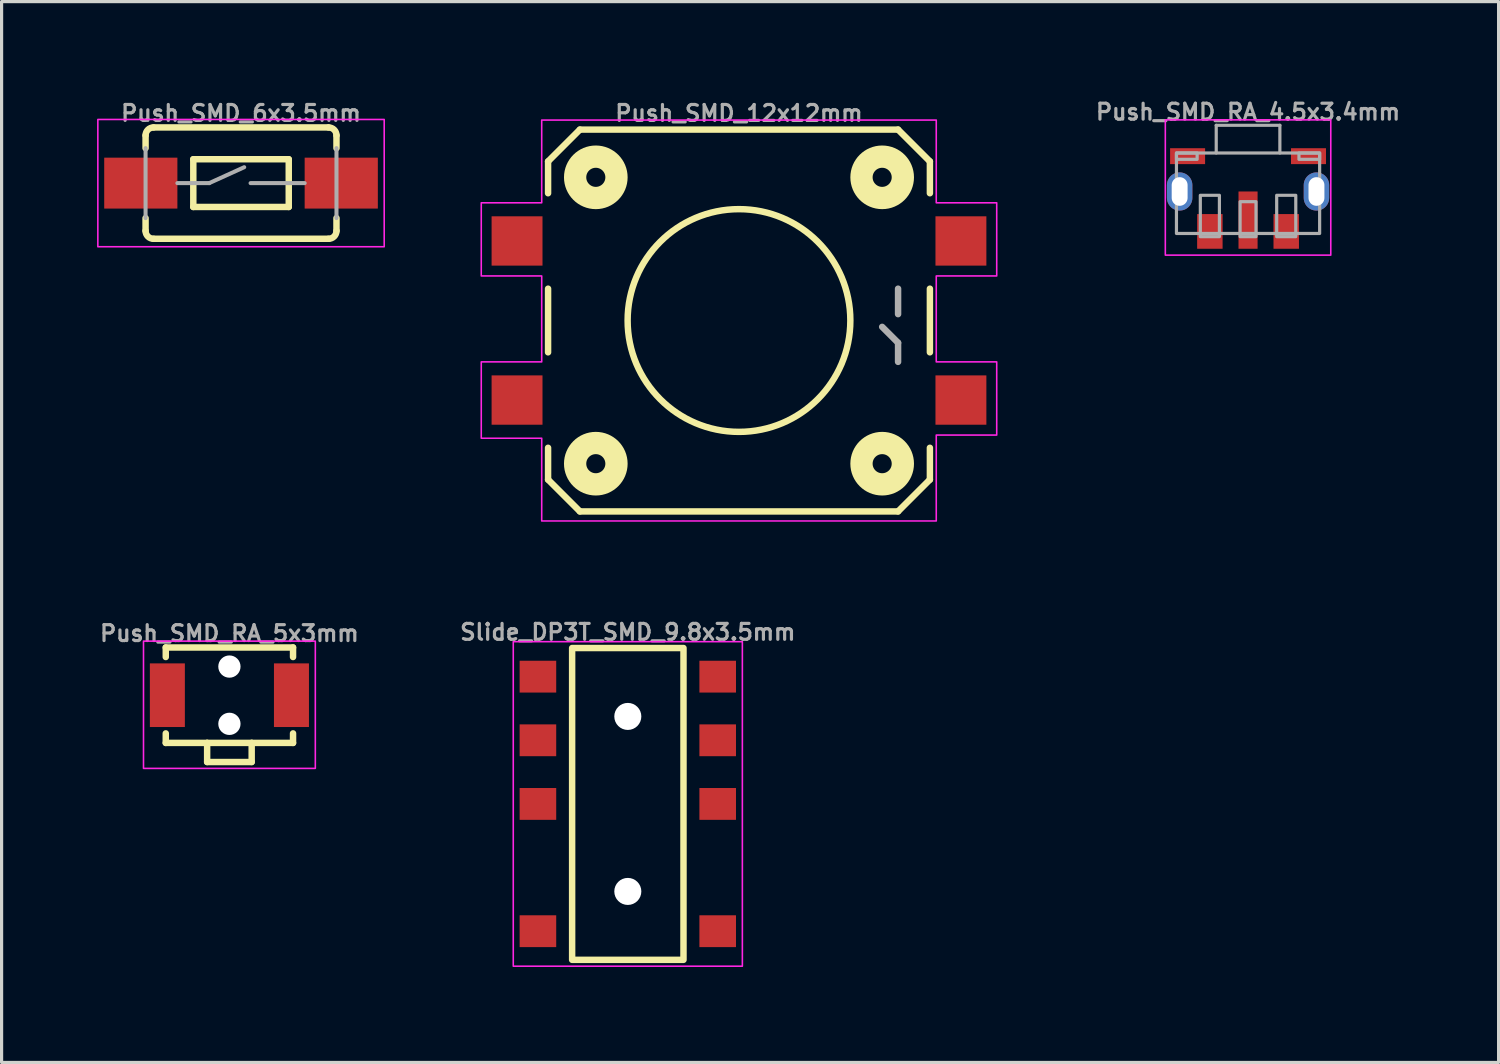
<source format=kicad_pcb>
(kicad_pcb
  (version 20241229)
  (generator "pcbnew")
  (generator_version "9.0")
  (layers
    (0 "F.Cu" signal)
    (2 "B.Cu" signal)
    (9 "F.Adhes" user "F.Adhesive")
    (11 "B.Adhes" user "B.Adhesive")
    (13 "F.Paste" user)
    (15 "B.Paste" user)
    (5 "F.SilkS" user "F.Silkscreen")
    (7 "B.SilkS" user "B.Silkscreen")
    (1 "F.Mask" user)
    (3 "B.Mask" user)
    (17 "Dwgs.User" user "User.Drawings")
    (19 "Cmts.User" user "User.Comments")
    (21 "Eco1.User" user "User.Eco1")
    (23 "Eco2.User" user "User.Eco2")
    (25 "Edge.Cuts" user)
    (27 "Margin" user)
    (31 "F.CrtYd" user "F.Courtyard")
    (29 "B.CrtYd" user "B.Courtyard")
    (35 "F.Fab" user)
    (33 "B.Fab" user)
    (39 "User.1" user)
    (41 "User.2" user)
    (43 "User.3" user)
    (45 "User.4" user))
  (footprint "Push_SMD_RA_5x3mm"
    (layer "F.Cu")
    (at 4.16 18.799)
    (property "Reference" "Push_SMD_RA_5x3mm" (at 0 -1.651 0) (layer "F.Fab") (effects (font (size 0.5 0.5) (thickness 0.1) (bold yes)) (justify bottom)))
    (attr smd)
    (fp_line (start -2 -1.5) (end 2 -1.5) (stroke (width 0.203) (type solid)) (layer "F.SilkS"))
    (fp_line (start -2 -1.2) (end -2 -1.5) (stroke (width 0.203) (type solid)) (layer "F.SilkS"))
    (fp_line (start -2 1.2) (end -2 1.5) (stroke (width 0.203) (type solid)) (layer "F.SilkS"))
    (fp_line (start -2 1.5) (end -0.7 1.5) (stroke (width 0.203) (type solid)) (layer "F.SilkS"))
    (fp_line (start -0.7 1.5) (end 0.7 1.5) (stroke (width 0.203) (type solid)) (layer "F.SilkS"))
    (fp_line (start -0.7 2.1) (end -0.7 1.5) (stroke (width 0.203) (type solid)) (layer "F.SilkS"))
    (fp_line (start -0.7 2.1) (end 0.7 2.1) (stroke (width 0.203) (type solid)) (layer "F.SilkS"))
    (fp_line (start 0.7 1.5) (end 2 1.5) (stroke (width 0.203) (type solid)) (layer "F.SilkS"))
    (fp_line (start 0.7 2.1) (end 0.7 1.5) (stroke (width 0.203) (type solid)) (layer "F.SilkS"))
    (fp_line (start 2 -1.5) (end 2 -1.2) (stroke (width 0.203) (type solid)) (layer "F.SilkS"))
    (fp_line (start 2 1.5) (end 2 1.2) (stroke (width 0.203) (type solid)) (layer "F.SilkS"))
    (fp_rect (start 2.7 -1.7) (end -2.7 2.3) (stroke (width 0.05) (type default)) (fill no) (layer "F.CrtYd"))
    (pad "" np_thru_hole circle (at 0 -0.9) (size 0.7 0.7) (drill 0.7) (layers "*.Cu" "*.Mask"))
    (pad "" np_thru_hole circle (at 0 0.9) (size 0.7 0.7) (drill 0.7) (layers "*.Cu" "*.Mask"))
    (pad "1" smd rect (at -1.95 0 90) (size 2 1.1) (layers "F.Cu" "F.Mask" "F.Paste"))
    (pad "2" smd rect (at 1.95 0 90) (size 2 1.1) (layers "F.Cu" "F.Mask" "F.Paste")))
  (footprint "Push_SMD_RA_4.5x3.4mm"
    (layer "F.Cu")
    (at 36.174 2.968)
    (property "Reference" "Push_SMD_RA_4.5x3.4mm" (at 0 -2.5 0) (layer "F.Fab") (effects (font (size 0.5 0.5) (thickness 0.1) (bold yes))))
    (attr smd)
    (fp_rect (start -2.6 -2.25) (end 2.6 2) (stroke (width 0.05) (type default)) (fill no) (layer "F.CrtYd"))
    (fp_line (start -1 -2.08) (end 1 -2.08) (stroke (width 0.1) (type default)) (layer "F.Fab"))
    (fp_line (start -1 -1.21) (end -1 -2.08) (stroke (width 0.1) (type default)) (layer "F.Fab"))
    (fp_line (start 1 -2.08) (end 1 -1.21) (stroke (width 0.1) (type default)) (layer "F.Fab"))
    (fp_rect (start -2.25 -1.21) (end -1.6 -1.01) (stroke (width 0.1) (type solid)) (fill no) (layer "F.Fab"))
    (fp_rect (start -2.25 -1.21) (end 2.25 1.32) (stroke (width 0.1) (type default)) (fill no) (layer "F.Fab"))
    (fp_rect (start -2.25 -0.35) (end -2.05 0.35) (stroke (width 0.1) (type solid)) (fill no) (layer "F.Fab"))
    (fp_rect (start -1.5 0.12) (end -0.9 1.42) (stroke (width 0.1) (type solid)) (fill no) (layer "F.Fab"))
    (fp_rect (start -0.25 0.32) (end 0.25 1.42) (stroke (width 0.1) (type solid)) (fill no) (layer "F.Fab"))
    (fp_rect (start 0.9 0.12) (end 1.5 1.42) (stroke (width 0.1) (type solid)) (fill no) (layer "F.Fab"))
    (fp_rect (start 1.6 -1.21) (end 2.25 -1.01) (stroke (width 0.1) (type solid)) (fill no) (layer "F.Fab"))
    (fp_rect (start 2.05 -0.35) (end 2.25 0.35) (stroke (width 0.1) (type solid)) (fill no) (layer "F.Fab"))
    (pad "1" smd rect (at -1.2 1.255 180) (size 0.8 1.09) (layers "F.Cu" "F.Mask" "F.Paste"))
    (pad "1" smd rect (at 1.2 1.255 180) (size 0.8 1.09) (layers "F.Cu" "F.Mask" "F.Paste"))
    (pad "2" smd rect (at 0 0.9 180) (size 0.6 1.8) (layers "F.Cu" "F.Mask" "F.Paste"))
    (pad "NC" thru_hole oval (at -2.15 0 180) (size 0.8 1.2) (drill oval 0.5 0.9) (layers "*.Cu" "*.Mask" "F.Paste"))
    (pad "NC" smd rect (at -1.9 -1.11 180) (size 1.1 0.5) (layers "F.Cu" "F.Mask" "F.Paste"))
    (pad "NC" smd rect (at 1.9 -1.11 180) (size 1.1 0.5) (layers "F.Cu" "F.Mask" "F.Paste"))
    (pad "NC" thru_hole oval (at 2.15 0 180) (size 0.8 1.2) (drill oval 0.5 0.9) (layers "*.Cu" "*.Mask" "F.Paste")))
  (footprint "Push_SMD_6x3.5mm"
    (layer "F.Cu")
    (at 4.525 2.705)
    (property "Reference" "Push_SMD_6x3.5mm" (at 0 -1.905 0) (layer "F.Fab") (effects (font (size 0.5 0.5) (thickness 0.1)) (justify bottom)))
    (attr smd)
    (fp_line (start -3 -1.1) (end -3 -1.5) (stroke (width 0.203) (type solid)) (layer "F.SilkS"))
    (fp_line (start -3 1.5) (end -3 1.1) (stroke (width 0.203) (type solid)) (layer "F.SilkS"))
    (fp_line (start -2.75 -1.75) (end 2.75 -1.75) (stroke (width 0.203) (type solid)) (layer "F.SilkS"))
    (fp_line (start -1.5 -0.75) (end 1.5 -0.75) (stroke (width 0.203) (type solid)) (layer "F.SilkS"))
    (fp_line (start -1.5 0.75) (end -1.5 -0.75) (stroke (width 0.203) (type solid)) (layer "F.SilkS"))
    (fp_line (start 1.5 0.75) (end -1.5 0.75) (stroke (width 0.203) (type solid)) (layer "F.SilkS"))
    (fp_line (start 1.5 0.75) (end 1.5 -0.75) (stroke (width 0.203) (type solid)) (layer "F.SilkS"))
    (fp_line (start 2.75 1.75) (end -2.75 1.75) (stroke (width 0.203) (type solid)) (layer "F.SilkS"))
    (fp_line (start 3 -1.1) (end 3 -1.5) (stroke (width 0.203) (type solid)) (layer "F.SilkS"))
    (fp_line (start 3 1.5) (end 3 1.1) (stroke (width 0.203) (type solid)) (layer "F.SilkS"))
    (fp_arc (start -3 -1.5) (mid -2.926777 -1.676777) (end -2.75 -1.75) (stroke (width 0.2032) (type solid)) (layer "F.SilkS"))
    (fp_arc (start -2.75 1.75) (mid -2.926777 1.676777) (end -3 1.5) (stroke (width 0.2032) (type solid)) (layer "F.SilkS"))
    (fp_arc (start 2.75 -1.75) (mid 2.926777 -1.676777) (end 3 -1.5) (stroke (width 0.2032) (type solid)) (layer "F.SilkS"))
    (fp_arc (start 3 1.5) (mid 2.926777 1.676777) (end 2.75 1.75) (stroke (width 0.2032) (type solid)) (layer "F.SilkS"))
    (fp_rect (start 4.5 -2) (end -4.5 2) (stroke (width 0.05) (type default)) (fill no) (layer "F.CrtYd"))
    (fp_line (start -3 -1.1) (end -3 1.1) (stroke (width 0.127) (type solid)) (layer "F.Fab"))
    (fp_line (start -2 0) (end -1 0) (stroke (width 0.127) (type solid)) (layer "F.Fab"))
    (fp_line (start -1 0) (end 0.1 -0.5) (stroke (width 0.127) (type solid)) (layer "F.Fab"))
    (fp_line (start 0.3 0) (end 2 0) (stroke (width 0.127) (type solid)) (layer "F.Fab"))
    (fp_line (start 3 -1.1) (end 3 1.1) (stroke (width 0.127) (type solid)) (layer "F.Fab"))
    (pad "1" smd rect (at -3.15 0 180) (size 2.3 1.6) (layers "F.Cu" "F.Mask" "F.Paste"))
    (pad "2" smd rect (at 3.15 0 180) (size 2.3 1.6) (layers "F.Cu" "F.Mask" "F.Paste")))
  (footprint "Push_SMD_12x12mm"
    (layer "F.Cu")
    (at 20.175 7.023)
    (property "Reference" "Push_SMD_12x12mm" (at 0 -6.223 0) (layer "F.Fab") (effects (font (size 0.5 0.5) (thickness 0.1)) (justify bottom)))
    (attr smd)
    (fp_line (start -6 -4) (end -6 -5) (stroke (width 0.203) (type solid)) (layer "F.SilkS"))
    (fp_line (start -6 1) (end -6 -1) (stroke (width 0.203) (type solid)) (layer "F.SilkS"))
    (fp_line (start -6 5) (end -6 4) (stroke (width 0.203) (type solid)) (layer "F.SilkS"))
    (fp_line (start -6 5) (end -5 6) (stroke (width 0.203) (type solid)) (layer "F.SilkS"))
    (fp_line (start -5 -6) (end -6 -5) (stroke (width 0.203) (type solid)) (layer "F.SilkS"))
    (fp_line (start -5 -6) (end 5 -6) (stroke (width 0.203) (type solid)) (layer "F.SilkS"))
    (fp_line (start 5 6) (end -5 6) (stroke (width 0.203) (type solid)) (layer "F.SilkS"))
    (fp_line (start 6 -5) (end 5 -6) (stroke (width 0.203) (type solid)) (layer "F.SilkS"))
    (fp_line (start 6 -5) (end 6 -4) (stroke (width 0.203) (type solid)) (layer "F.SilkS"))
    (fp_line (start 6 -1) (end 6 1) (stroke (width 0.203) (type solid)) (layer "F.SilkS"))
    (fp_line (start 6 4) (end 6 5) (stroke (width 0.203) (type solid)) (layer "F.SilkS"))
    (fp_line (start 6 5) (end 5 6) (stroke (width 0.203) (type solid)) (layer "F.SilkS"))
    (fp_circle (center -4.5 -4.5) (end -4.2 -4.5) (stroke (width 0.7) (type solid)) (fill no) (layer "F.SilkS"))
    (fp_circle (center -4.5 4.5) (end -4.2 4.5) (stroke (width 0.7) (type solid)) (fill no) (layer "F.SilkS"))
    (fp_circle (center 0 0) (end 3.5 0) (stroke (width 0.203) (type solid)) (fill no) (layer "F.SilkS"))
    (fp_circle (center 4.5 -4.5) (end 4.8 -4.5) (stroke (width 0.7) (type solid)) (fill no) (layer "F.SilkS"))
    (fp_circle (center 4.5 4.5) (end 4.8 4.5) (stroke (width 0.7) (type solid)) (fill no) (layer "F.SilkS"))
    (fp_poly (pts (xy 6.2 -3.7) (xy 8.1 -3.7) (xy 8.1 -1.4) (xy 6.2 -1.4) (xy 6.2 1.3) (xy 8.1 1.3) (xy 8.1 3.6) (xy 6.2 3.6) (xy 6.2 6.3) (xy -6.2 6.3) (xy -6.2 3.7) (xy -8.1 3.7) (xy -8.1 1.3) (xy -6.2 1.3) (xy -6.2 -1.4) (xy -8.1 -1.4) (xy -8.1 -3.7) (xy -6.2 -3.7) (xy -6.2 -6.3) (xy 6.2 -6.3)) (stroke (width 0.05) (type solid)) (fill no) (layer "F.CrtYd"))
    (fp_line (start 5 -0.2) (end 5 -1) (stroke (width 0.203) (type solid)) (layer "F.Fab"))
    (fp_line (start 5 0.7) (end 4.5 0.2) (stroke (width 0.203) (type solid)) (layer "F.Fab"))
    (fp_line (start 5 1.3) (end 5 0.7) (stroke (width 0.203) (type solid)) (layer "F.Fab"))
    (pad "1" smd rect (at -6.975 -2.5) (size 1.6 1.55) (layers "F.Cu" "F.Mask" "F.Paste"))
    (pad "1" smd rect (at 6.975 -2.5) (size 1.6 1.55) (layers "F.Cu" "F.Mask" "F.Paste"))
    (pad "2" smd rect (at -6.975 2.5) (size 1.6 1.55) (layers "F.Cu" "F.Mask" "F.Paste"))
    (pad "2" smd rect (at 6.975 2.5) (size 1.6 1.55) (layers "F.Cu" "F.Mask" "F.Paste")))
  (footprint "Slide_DP3T_SMD_9.8x3.5mm"
    (layer "F.Cu")
    (at 16.681 22.216)
    (property "Reference" "Slide_DP3T_SMD_9.8x3.5mm" (at 0 -5.4 180) (layer "F.Fab") (effects (font (size 0.5 0.5) (thickness 0.1))))
    (attr smd)
    (fp_rect (start 1.75 -4.9) (end -1.75 4.9) (stroke (width 0.203) (type default)) (fill no) (layer "F.SilkS"))
    (fp_rect (start -3.6 -5.1) (end 3.6 5.1) (stroke (width 0.05) (type default)) (fill no) (layer "F.CrtYd"))
    (pad "" np_thru_hole circle (at 0 -2.75 90) (size 0.85 0.85) (drill 0.85) (layers "*.Cu" "*.Mask"))
    (pad "" np_thru_hole circle (at 0 2.75 90) (size 0.85 0.85) (drill 0.85) (layers "*.Cu" "*.Mask"))
    (pad "1" smd rect (at 2.825 -4 90) (size 1 1.15) (layers "F.Cu" "F.Mask" "F.Paste"))
    (pad "2" smd rect (at 2.825 -2 90) (size 1 1.15) (layers "F.Cu" "F.Mask" "F.Paste"))
    (pad "3" smd rect (at 2.825 0 90) (size 1 1.15) (layers "F.Cu" "F.Mask" "F.Paste"))
    (pad "4" smd rect (at 2.825 4 90) (size 1 1.15) (layers "F.Cu" "F.Mask" "F.Paste"))
    (pad "5" smd rect (at -2.825 -4 90) (size 1 1.15) (layers "F.Cu" "F.Mask" "F.Paste"))
    (pad "6" smd rect (at -2.825 -2 90) (size 1 1.15) (layers "F.Cu" "F.Mask" "F.Paste"))
    (pad "7" smd rect (at -2.825 0 90) (size 1 1.15) (layers "F.Cu" "F.Mask" "F.Paste"))
    (pad "8" smd rect (at -2.825 4 90) (size 1 1.15) (layers "F.Cu" "F.Mask" "F.Paste")))
  (gr_rect
    (start -3 -3)
    (end 44.048 30.341)
    (stroke (width 0.1) (type default))
    (fill no)
    (layer "Edge.Cuts")))
</source>
